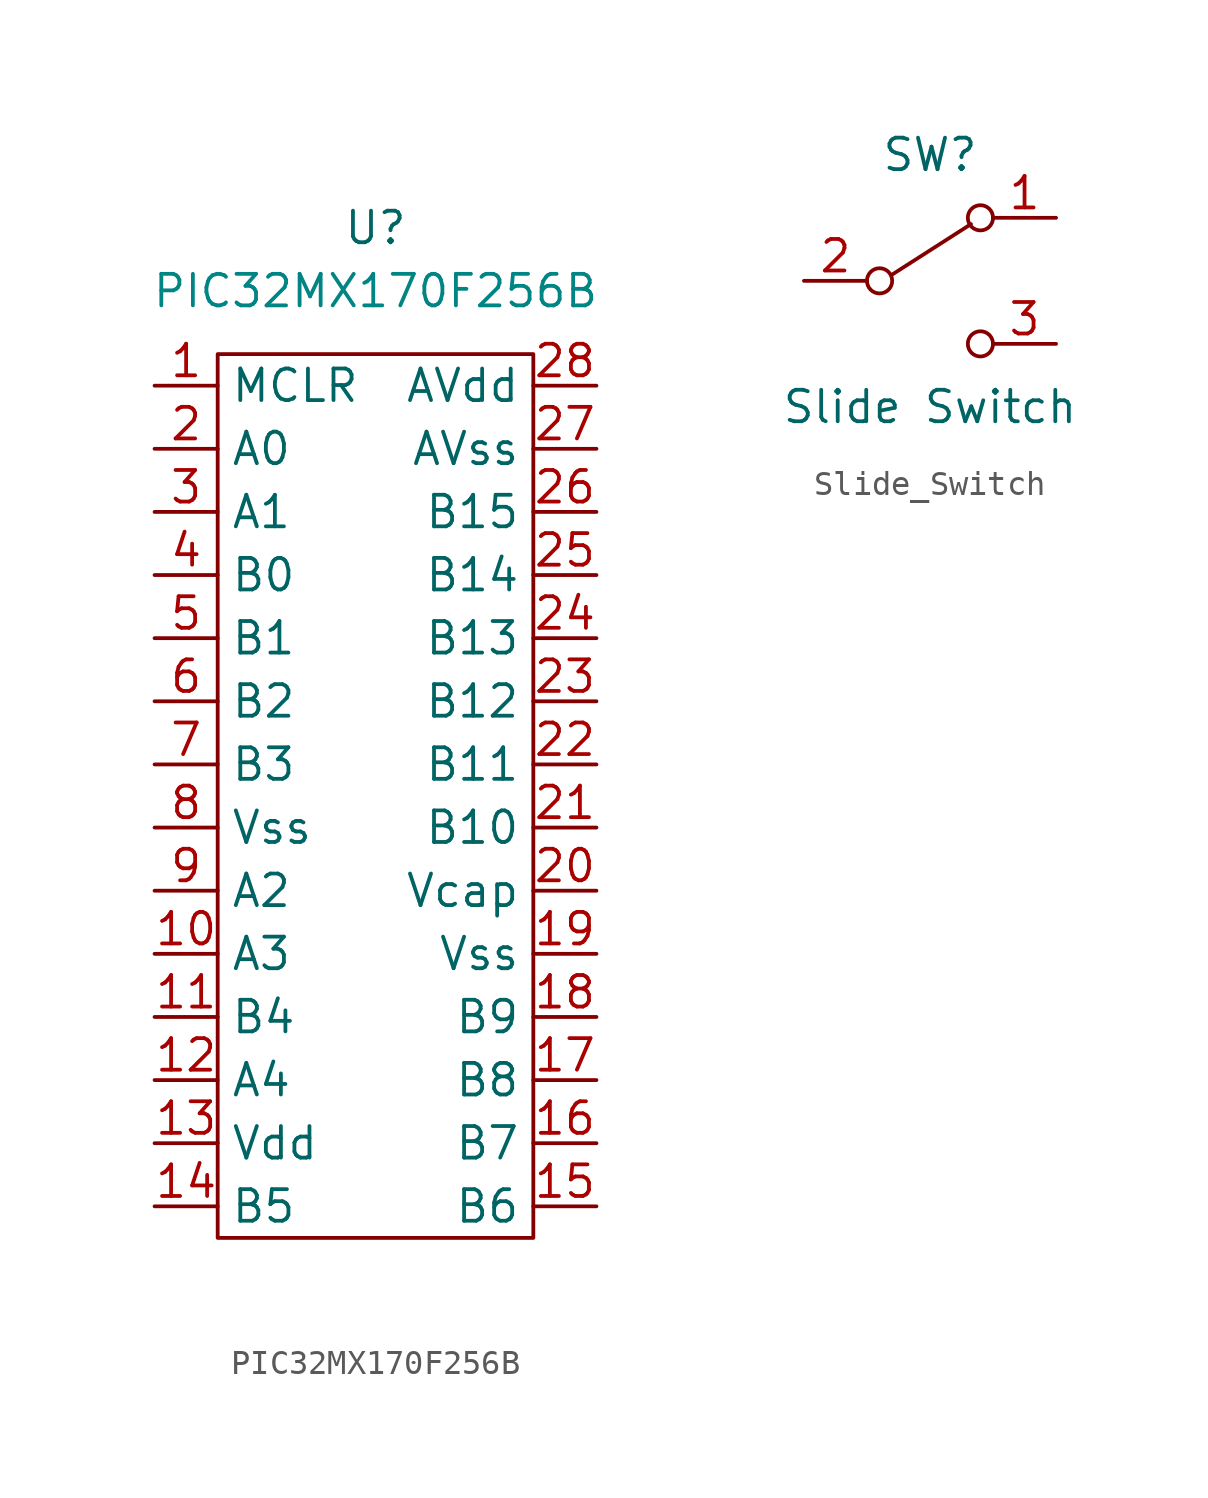
<source format=kicad_sym>
(kicad_symbol_lib
  (version 20220914)
  (generator kicad_symbol_editor)
  (symbol "PIC32MX170F256B"
    (property "Reference" "U"
      (at 0 22.86 0)
      (effects (font (size 1.27 1.27))))
    (property "Value" ""
      (at 3.81 -5.08 0)
      (effects (font (size 1.27 1.27))))
    (symbol "PIC32MX170F256B_0_1"
      (rectangle (start -6.35 17.78) (end 6.35 -17.78) (stroke (width 0) (type default)) (fill (type none))))
    (symbol "PIC32MX170F256B_1_1"
      (text "PIC32MX170F256B" (at 0 20.32 0) (effects (font (size 1.27 1.27) (color 0 132 132 1))))
      (pin input line (at -8.89 16.51 0) (length 2.54) (name "MCLR" (effects (font (size 1.27 1.27)))) (number "1" (effects (font (size 1.27 1.27)))))
      (pin input line (at -8.89 -6.35 0) (length 2.54) (name "A3" (effects (font (size 1.27 1.27)))) (number "10" (effects (font (size 1.27 1.27)))))
      (pin input line (at -8.89 -8.89 0) (length 2.54) (name "B4" (effects (font (size 1.27 1.27)))) (number "11" (effects (font (size 1.27 1.27)))))
      (pin input line (at -8.89 -11.43 0) (length 2.54) (name "A4" (effects (font (size 1.27 1.27)))) (number "12" (effects (font (size 1.27 1.27)))))
      (pin input line (at -8.89 -13.97 0) (length 2.54) (name "Vdd" (effects (font (size 1.27 1.27)))) (number "13" (effects (font (size 1.27 1.27)))))
      (pin input line (at -8.89 -16.51 0) (length 2.54) (name "B5" (effects (font (size 1.27 1.27)))) (number "14" (effects (font (size 1.27 1.27)))))
      (pin input line (at 8.89 -16.51 180) (length 2.54) (name "B6" (effects (font (size 1.27 1.27)))) (number "15" (effects (font (size 1.27 1.27)))))
      (pin input line (at 8.89 -13.97 180) (length 2.54) (name "B7" (effects (font (size 1.27 1.27)))) (number "16" (effects (font (size 1.27 1.27)))))
      (pin input line (at 8.89 -11.43 180) (length 2.54) (name "B8" (effects (font (size 1.27 1.27)))) (number "17" (effects (font (size 1.27 1.27)))))
      (pin input line (at 8.89 -8.89 180) (length 2.54) (name "B9" (effects (font (size 1.27 1.27)))) (number "18" (effects (font (size 1.27 1.27)))))
      (pin input line (at 8.89 -6.35 180) (length 2.54) (name "Vss" (effects (font (size 1.27 1.27)))) (number "19" (effects (font (size 1.27 1.27)))))
      (pin input line (at -8.89 13.97 0) (length 2.54) (name "A0" (effects (font (size 1.27 1.27)))) (number "2" (effects (font (size 1.27 1.27)))))
      (pin input line (at 8.89 -3.81 180) (length 2.54) (name "Vcap" (effects (font (size 1.27 1.27)))) (number "20" (effects (font (size 1.27 1.27)))))
      (pin input line (at 8.89 -1.27 180) (length 2.54) (name "B10" (effects (font (size 1.27 1.27)))) (number "21" (effects (font (size 1.27 1.27)))))
      (pin input line (at 8.89 1.27 180) (length 2.54) (name "B11" (effects (font (size 1.27 1.27)))) (number "22" (effects (font (size 1.27 1.27)))))
      (pin input line (at 8.89 3.81 180) (length 2.54) (name "B12" (effects (font (size 1.27 1.27)))) (number "23" (effects (font (size 1.27 1.27)))))
      (pin input line (at 8.89 6.35 180) (length 2.54) (name "B13" (effects (font (size 1.27 1.27)))) (number "24" (effects (font (size 1.27 1.27)))))
      (pin input line (at 8.89 8.89 180) (length 2.54) (name "B14" (effects (font (size 1.27 1.27)))) (number "25" (effects (font (size 1.27 1.27)))))
      (pin input line (at 8.89 11.43 180) (length 2.54) (name "B15" (effects (font (size 1.27 1.27)))) (number "26" (effects (font (size 1.27 1.27)))))
      (pin input line (at 8.89 13.97 180) (length 2.54) (name "AVss" (effects (font (size 1.27 1.27)))) (number "27" (effects (font (size 1.27 1.27)))))
      (pin input line (at 8.89 16.51 180) (length 2.54) (name "AVdd" (effects (font (size 1.27 1.27)))) (number "28" (effects (font (size 1.27 1.27)))))
      (pin input line (at -8.89 11.43 0) (length 2.54) (name "A1" (effects (font (size 1.27 1.27)))) (number "3" (effects (font (size 1.27 1.27)))))
      (pin input line (at -8.89 8.89 0) (length 2.54) (name "B0" (effects (font (size 1.27 1.27)))) (number "4" (effects (font (size 1.27 1.27)))))
      (pin input line (at -8.89 6.35 0) (length 2.54) (name "B1" (effects (font (size 1.27 1.27)))) (number "5" (effects (font (size 1.27 1.27)))))
      (pin input line (at -8.89 3.81 0) (length 2.54) (name "B2" (effects (font (size 1.27 1.27)))) (number "6" (effects (font (size 1.27 1.27)))))
      (pin input line (at -8.89 1.27 0) (length 2.54) (name "B3" (effects (font (size 1.27 1.27)))) (number "7" (effects (font (size 1.27 1.27)))))
      (pin input line (at -8.89 -1.27 0) (length 2.54) (name "Vss" (effects (font (size 1.27 1.27)))) (number "8" (effects (font (size 1.27 1.27)))))
      (pin input line (at -8.89 -3.81 0) (length 2.54) (name "A2" (effects (font (size 1.27 1.27)))) (number "9" (effects (font (size 1.27 1.27)))))))
  (symbol "Slide_Switch"
    (pin_names
      (offset 1.016) hide)
    (property "Reference" "SW"
      (at 0 10.16 0)
      (effects (font (size 1.27 1.27))))
    (property "Value" "Slide Switch"
      (at 0 0 0)
      (effects (font (size 1.27 1.27))))
    (symbol "Slide_Switch_0_0"
      (circle (center -2.032 5.08) (radius 0.508) (stroke (width 0) (type default)) (fill (type none)))
      (circle (center 2.032 2.54) (radius 0.508) (stroke (width 0) (type default)) (fill (type none))))
    (symbol "Slide_Switch_0_1"
      (polyline (pts (xy -1.524 5.334) (xy 1.651 7.366)) (stroke (width 0) (type default)) (fill (type none)))
      (circle (center 2.032 7.62) (radius 0.508) (stroke (width 0) (type default)) (fill (type none))))
    (symbol "Slide_Switch_1_1"
      (pin passive line (at 5.08 7.62 180) (length 2.54) (name "A" (effects (font (size 1.27 1.27)))) (number "1" (effects (font (size 1.27 1.27)))))
      (pin passive line (at -5.08 5.08 0) (length 2.54) (name "B" (effects (font (size 1.27 1.27)))) (number "2" (effects (font (size 1.27 1.27)))))
      (pin passive line (at 5.08 2.54 180) (length 2.54) (name "C" (effects (font (size 1.27 1.27)))) (number "3" (effects (font (size 1.27 1.27))))))))
</source>
